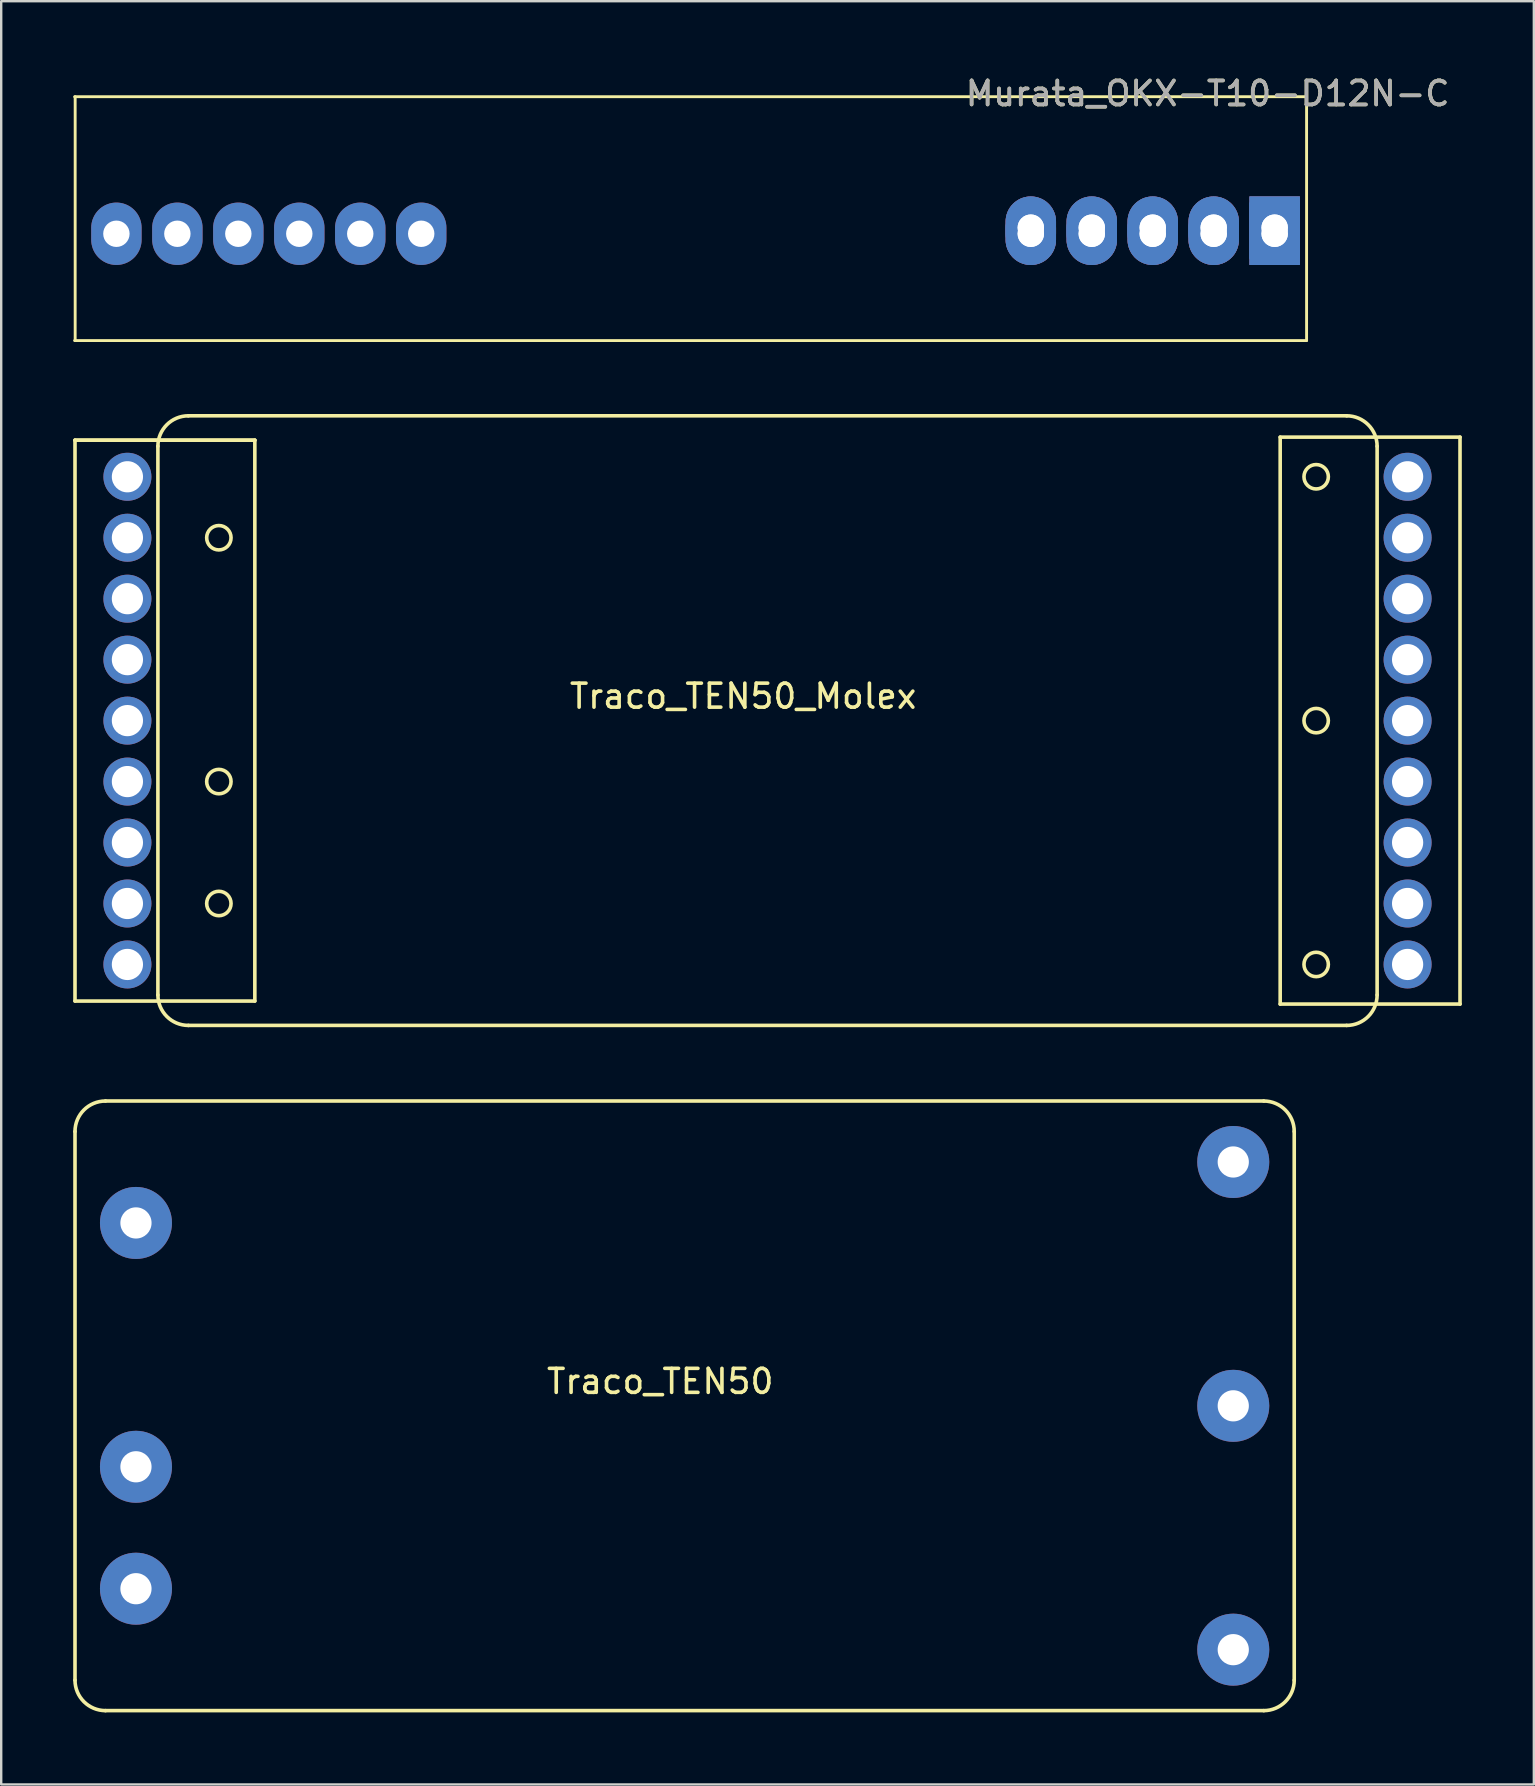
<source format=kicad_pcb>
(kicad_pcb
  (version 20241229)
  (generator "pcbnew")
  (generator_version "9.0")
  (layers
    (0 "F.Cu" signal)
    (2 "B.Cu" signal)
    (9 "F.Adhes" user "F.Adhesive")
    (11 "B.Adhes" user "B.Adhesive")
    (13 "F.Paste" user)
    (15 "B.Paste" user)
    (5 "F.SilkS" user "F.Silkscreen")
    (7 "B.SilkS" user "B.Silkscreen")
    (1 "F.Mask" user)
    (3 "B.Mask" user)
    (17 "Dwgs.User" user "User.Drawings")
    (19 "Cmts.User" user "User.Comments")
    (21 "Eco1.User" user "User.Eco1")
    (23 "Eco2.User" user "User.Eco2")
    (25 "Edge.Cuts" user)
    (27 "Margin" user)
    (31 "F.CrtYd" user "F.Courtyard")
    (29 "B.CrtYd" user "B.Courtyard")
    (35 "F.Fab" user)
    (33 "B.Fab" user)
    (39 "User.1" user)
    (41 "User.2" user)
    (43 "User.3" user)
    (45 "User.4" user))
  (footprint "Traco_TEN50_Molex"
    (layer "F.Cu")
    (at 6.069 19.355)
    (property "Reference" "Traco_TEN50_Molex" (at 21.844 6.604 180) (layer "F.SilkS") (effects (font (size 1 1) (thickness 0.15))))
    (attr through_hole)
    (fp_line (start -5.994 -4.064) (end 1.499 -4.064) (stroke (width 0.15) (type solid)) (layer "F.SilkS"))
    (fp_line (start -5.994 -4.064) (end 1.499 -4.064) (stroke (width 0.15) (type solid)) (layer "F.SilkS"))
    (fp_line (start -5.994 19.304) (end -5.994 -4.064) (stroke (width 0.15) (type solid)) (layer "F.SilkS"))
    (fp_line (start -2.54 -3.81) (end -2.54 19.05) (stroke (width 0.15) (type solid)) (layer "F.SilkS"))
    (fp_line (start -1.27 20.32) (end 46.99 20.32) (stroke (width 0.15) (type solid)) (layer "F.SilkS"))
    (fp_line (start 1.499 -4.064) (end 1.499 19.304) (stroke (width 0.15) (type solid)) (layer "F.SilkS"))
    (fp_line (start 1.499 19.304) (end -5.994 19.304) (stroke (width 0.15) (type solid)) (layer "F.SilkS"))
    (fp_line (start 44.221 -4.191) (end 51.714 -4.191) (stroke (width 0.15) (type solid)) (layer "F.SilkS"))
    (fp_line (start 44.221 19.431) (end 44.221 -4.191) (stroke (width 0.15) (type solid)) (layer "F.SilkS"))
    (fp_line (start 44.221 19.431) (end 51.714 19.431) (stroke (width 0.15) (type solid)) (layer "F.SilkS"))
    (fp_line (start 46.99 -5.08) (end -1.27 -5.08) (stroke (width 0.15) (type solid)) (layer "F.SilkS"))
    (fp_line (start 48.26 19.05) (end 48.26 -3.81) (stroke (width 0.15) (type solid)) (layer "F.SilkS"))
    (fp_line (start 51.714 -4.191) (end 51.714 19.431) (stroke (width 0.15) (type solid)) (layer "F.SilkS"))
    (fp_arc (start -2.54 -3.81) (mid -2.168026 -4.708026) (end -1.27 -5.08) (stroke (width 0.15) (type solid)) (layer "F.SilkS"))
    (fp_arc (start -1.27 20.32) (mid -2.168026 19.948026) (end -2.54 19.05) (stroke (width 0.15) (type solid)) (layer "F.SilkS"))
    (fp_arc (start 46.99 -5.08) (mid 47.888026 -4.708026) (end 48.26 -3.81) (stroke (width 0.15) (type solid)) (layer "F.SilkS"))
    (fp_arc (start 48.26 19.05) (mid 47.888026 19.948026) (end 46.99 20.32) (stroke (width 0.15) (type solid)) (layer "F.SilkS"))
    (fp_circle (center 0 0) (end 0.508 0) (stroke (width 0.15) (type solid)) (fill no) (layer "F.SilkS"))
    (fp_circle (center 0 10.16) (end 0.508 10.16) (stroke (width 0.15) (type solid)) (fill no) (layer "F.SilkS"))
    (fp_circle (center 0 15.24) (end 0.508 15.24) (stroke (width 0.15) (type solid)) (fill no) (layer "F.SilkS"))
    (fp_circle (center 45.72 -2.54) (end 46.228 -2.54) (stroke (width 0.15) (type solid)) (fill no) (layer "F.SilkS"))
    (fp_circle (center 45.72 7.62) (end 46.228 7.62) (stroke (width 0.15) (type solid)) (fill no) (layer "F.SilkS"))
    (fp_circle (center 45.72 17.78) (end 46.228 17.78) (stroke (width 0.15) (type solid)) (fill no) (layer "F.SilkS"))
    (pad "" thru_hole circle (at -3.81 -2.54) (size 2 2) (drill 1.3) (layers "*.Cu" "*.Mask"))
    (pad "" thru_hole circle (at -3.81 2.54) (size 2 2) (drill 1.3) (layers "*.Cu" "*.Mask"))
    (pad "" thru_hole circle (at -3.81 5.08) (size 2 2) (drill 1.3) (layers "*.Cu" "*.Mask"))
    (pad "" thru_hole circle (at 49.53 0) (size 2 2) (drill 1.3) (layers "*.Cu" "*.Mask"))
    (pad "" thru_hole circle (at 49.53 2.54) (size 2 2) (drill 1.3) (layers "*.Cu" "*.Mask"))
    (pad "" thru_hole circle (at 49.53 5.08) (size 2 2) (drill 1.3) (layers "*.Cu" "*.Mask"))
    (pad "" thru_hole circle (at 49.53 10.16) (size 2 2) (drill 1.3) (layers "*.Cu" "*.Mask"))
    (pad "" thru_hole circle (at 49.53 12.7) (size 2 2) (drill 1.3) (layers "*.Cu" "*.Mask"))
    (pad "" thru_hole circle (at 49.53 15.24) (size 2 2) (drill 1.3) (layers "*.Cu" "*.Mask"))
    (pad "1" thru_hole circle (at -3.81 12.7) (size 2 2) (drill 1.3) (layers "*.Cu" "*.Mask"))
    (pad "1" thru_hole circle (at -3.81 15.24) (size 2 2) (drill 1.3) (layers "*.Cu" "*.Mask"))
    (pad "1" thru_hole circle (at -3.81 17.78) (size 2 2) (drill 1.3) (layers "*.Cu" "*.Mask"))
    (pad "2" thru_hole circle (at -3.81 7.62) (size 2 2) (drill 1.3) (layers "*.Cu" "*.Mask"))
    (pad "2" thru_hole circle (at -3.81 10.16) (size 2 2) (drill 1.3) (layers "*.Cu" "*.Mask"))
    (pad "3" thru_hole circle (at -3.81 0) (size 2 2) (drill 1.3) (layers "*.Cu" "*.Mask"))
    (pad "4" thru_hole circle (at 49.53 17.78) (size 2 2) (drill 1.3) (layers "*.Cu" "*.Mask"))
    (pad "5" thru_hole circle (at 49.53 7.62) (size 2 2) (drill 1.3) (layers "*.Cu" "*.Mask"))
    (pad "6" thru_hole circle (at 49.53 -2.54) (size 2 2) (drill 1.3) (layers "*.Cu" "*.Mask")))
  (footprint "Traco_TEN50"
    (layer "F.Cu")
    (at 2.615 47.905)
    (property "Reference" "Traco_TEN50" (at 21.844 6.604 180) (layer "F.SilkS") (effects (font (size 1 1) (thickness 0.15))))
    (attr through_hole)
    (fp_line (start -2.54 -3.81) (end -2.54 19.05) (stroke (width 0.15) (type solid)) (layer "F.SilkS"))
    (fp_line (start -1.27 20.32) (end 46.99 20.32) (stroke (width 0.15) (type solid)) (layer "F.SilkS"))
    (fp_line (start 46.99 -5.08) (end -1.27 -5.08) (stroke (width 0.15) (type solid)) (layer "F.SilkS"))
    (fp_line (start 48.26 19.05) (end 48.26 -3.81) (stroke (width 0.15) (type solid)) (layer "F.SilkS"))
    (fp_arc (start -2.54 -3.81) (mid -2.168026 -4.708026) (end -1.27 -5.08) (stroke (width 0.15) (type solid)) (layer "F.SilkS"))
    (fp_arc (start -1.27 20.32) (mid -2.168026 19.948026) (end -2.54 19.05) (stroke (width 0.15) (type solid)) (layer "F.SilkS"))
    (fp_arc (start 46.99 -5.08) (mid 47.888026 -4.708026) (end 48.26 -3.81) (stroke (width 0.15) (type solid)) (layer "F.SilkS"))
    (fp_arc (start 48.26 19.05) (mid 47.888026 19.948026) (end 46.99 20.32) (stroke (width 0.15) (type solid)) (layer "F.SilkS"))
    (pad "1" thru_hole circle (at 0 15.24 270) (size 3 3) (drill 1.3) (layers "*.Cu" "*.Mask"))
    (pad "2" thru_hole circle (at 0 10.16 270) (size 3 3) (drill 1.3) (layers "*.Cu" "*.Mask"))
    (pad "3" thru_hole circle (at 0 0 270) (size 3 3) (drill 1.3) (layers "*.Cu" "*.Mask"))
    (pad "4" thru_hole circle (at 45.72 17.78 270) (size 3 3) (drill 1.3) (layers "*.Cu" "*.Mask"))
    (pad "5" thru_hole circle (at 45.72 7.62 270) (size 3 3) (drill 1.3) (layers "*.Cu" "*.Mask"))
    (pad "6" thru_hole circle (at 45.72 -2.54 270) (size 3 3) (drill 1.3) (layers "*.Cu" "*.Mask")))
  (footprint "Murata_OKX-T10-D12N-C"
    (layer "F.Cu")
    (at 50.06 6.69)
    (property "Reference" "Murata_OKX-T10-D12N-C" (at -2.794 -5.842 0) (layer "F.SilkS") (effects (font (size 1 1) (thickness 0.15))))
    (attr through_hole)
    (fp_line (start -50 -5.71) (end 1.33 -5.71) (stroke (width 0.12) (type solid)) (layer "F.SilkS"))
    (fp_line (start -50 4.45) (end 1.33 4.45) (stroke (width 0.12) (type solid)) (layer "F.SilkS"))
    (fp_line (start -49.978 4.45) (end -49.978 -5.71) (stroke (width 0.12) (type solid)) (layer "F.SilkS"))
    (fp_line (start 1.33 4.45) (end 1.33 -5.71) (stroke (width 0.12) (type solid)) (layer "F.SilkS"))
    (fp_text user "${REFERENCE}" (at -2.794 -5.842 0) (layer "F.Fab") (effects (font (size 1 1) (thickness 0.15))))
    (pad "1" thru_hole rect (at 0 -0.254 270) (size 2.6 2.1) (drill 1.1) (layers "*.Cu" "*.Mask"))
    (pad "1" thru_hole rect (at 0 -0.254 270) (size 2.6 2.1) (drill 1.1) (layers "*.Cu" "*.Mask"))
    (pad "1" thru_hole rect (at 0 0 270) (size 2.6 2.1) (drill 1.1) (layers "*.Cu" "*.Mask"))
    (pad "1" thru_hole rect (at 0 0 270) (size 2.6 2.1) (drill 1.1) (layers "*.Cu" "*.Mask"))
    (pad "2" thru_hole oval (at -2.54 -0.254 270) (size 2.6 2.1) (drill 1.1) (layers "*.Cu" "*.Mask"))
    (pad "2" thru_hole oval (at -2.54 -0.254 270) (size 2.6 2.1) (drill 1.1) (layers "*.Cu" "*.Mask"))
    (pad "2" thru_hole oval (at -2.54 0 270) (size 2.6 2.1) (drill 1.1) (layers "*.Cu" "*.Mask"))
    (pad "2" thru_hole oval (at -2.54 0 270) (size 2.6 2.1) (drill 1.1) (layers "*.Cu" "*.Mask"))
    (pad "3" thru_hole oval (at -5.08 -0.254 270) (size 2.6 2.1) (drill 1.1) (layers "*.Cu" "*.Mask"))
    (pad "3" thru_hole oval (at -5.08 -0.254 270) (size 2.6 2.1) (drill 1.1) (layers "*.Cu" "*.Mask"))
    (pad "3" thru_hole oval (at -5.08 0 270) (size 2.6 2.1) (drill 1.1) (layers "*.Cu" "*.Mask"))
    (pad "3" thru_hole oval (at -5.08 0 270) (size 2.6 2.1) (drill 1.1) (layers "*.Cu" "*.Mask"))
    (pad "4" thru_hole oval (at -7.62 -0.254 270) (size 2.6 2.1) (drill 1.1) (layers "*.Cu" "*.Mask"))
    (pad "4" thru_hole oval (at -7.62 -0.254 270) (size 2.6 2.1) (drill 1.1) (layers "*.Cu" "*.Mask"))
    (pad "4" thru_hole oval (at -7.62 0 270) (size 2.6 2.1) (drill 1.1) (layers "*.Cu" "*.Mask"))
    (pad "4" thru_hole oval (at -7.62 0 270) (size 2.6 2.1) (drill 1.1) (layers "*.Cu" "*.Mask"))
    (pad "5" thru_hole oval (at -10.16 -0.254 270) (size 2.6 2.1) (drill 1.1) (layers "*.Cu" "*.Mask"))
    (pad "5" thru_hole oval (at -10.16 -0.254 270) (size 2.6 2.1) (drill 1.1) (layers "*.Cu" "*.Mask"))
    (pad "5" thru_hole oval (at -10.16 0 270) (size 2.6 2.1) (drill 1.1) (layers "*.Cu" "*.Mask"))
    (pad "5" thru_hole oval (at -10.16 0 270) (size 2.6 2.1) (drill 1.1) (layers "*.Cu" "*.Mask"))
    (pad "6" thru_hole oval (at -35.56 0 270) (size 2.6 2.1) (drill 1.1) (layers "*.Cu" "*.Mask"))
    (pad "7" thru_hole oval (at -38.1 0 270) (size 2.6 2.1) (drill 1.1) (layers "*.Cu" "*.Mask"))
    (pad "8" thru_hole oval (at -40.64 0 270) (size 2.6 2.1) (drill 1.1) (layers "*.Cu" "*.Mask"))
    (pad "9" thru_hole oval (at -43.18 0 270) (size 2.6 2.1) (drill 1.1) (layers "*.Cu" "*.Mask"))
    (pad "10" thru_hole oval (at -45.72 0 270) (size 2.6 2.1) (drill 1.1) (layers "*.Cu" "*.Mask"))
    (pad "11" thru_hole oval (at -48.26 0 270) (size 2.6 2.1) (drill 1.1) (layers "*.Cu" "*.Mask")))
  (gr_rect
    (start -3 -3)
    (end 60.859 71.3)
    (stroke (width 0.1) (type default))
    (fill no)
    (layer "Edge.Cuts")))
</source>
